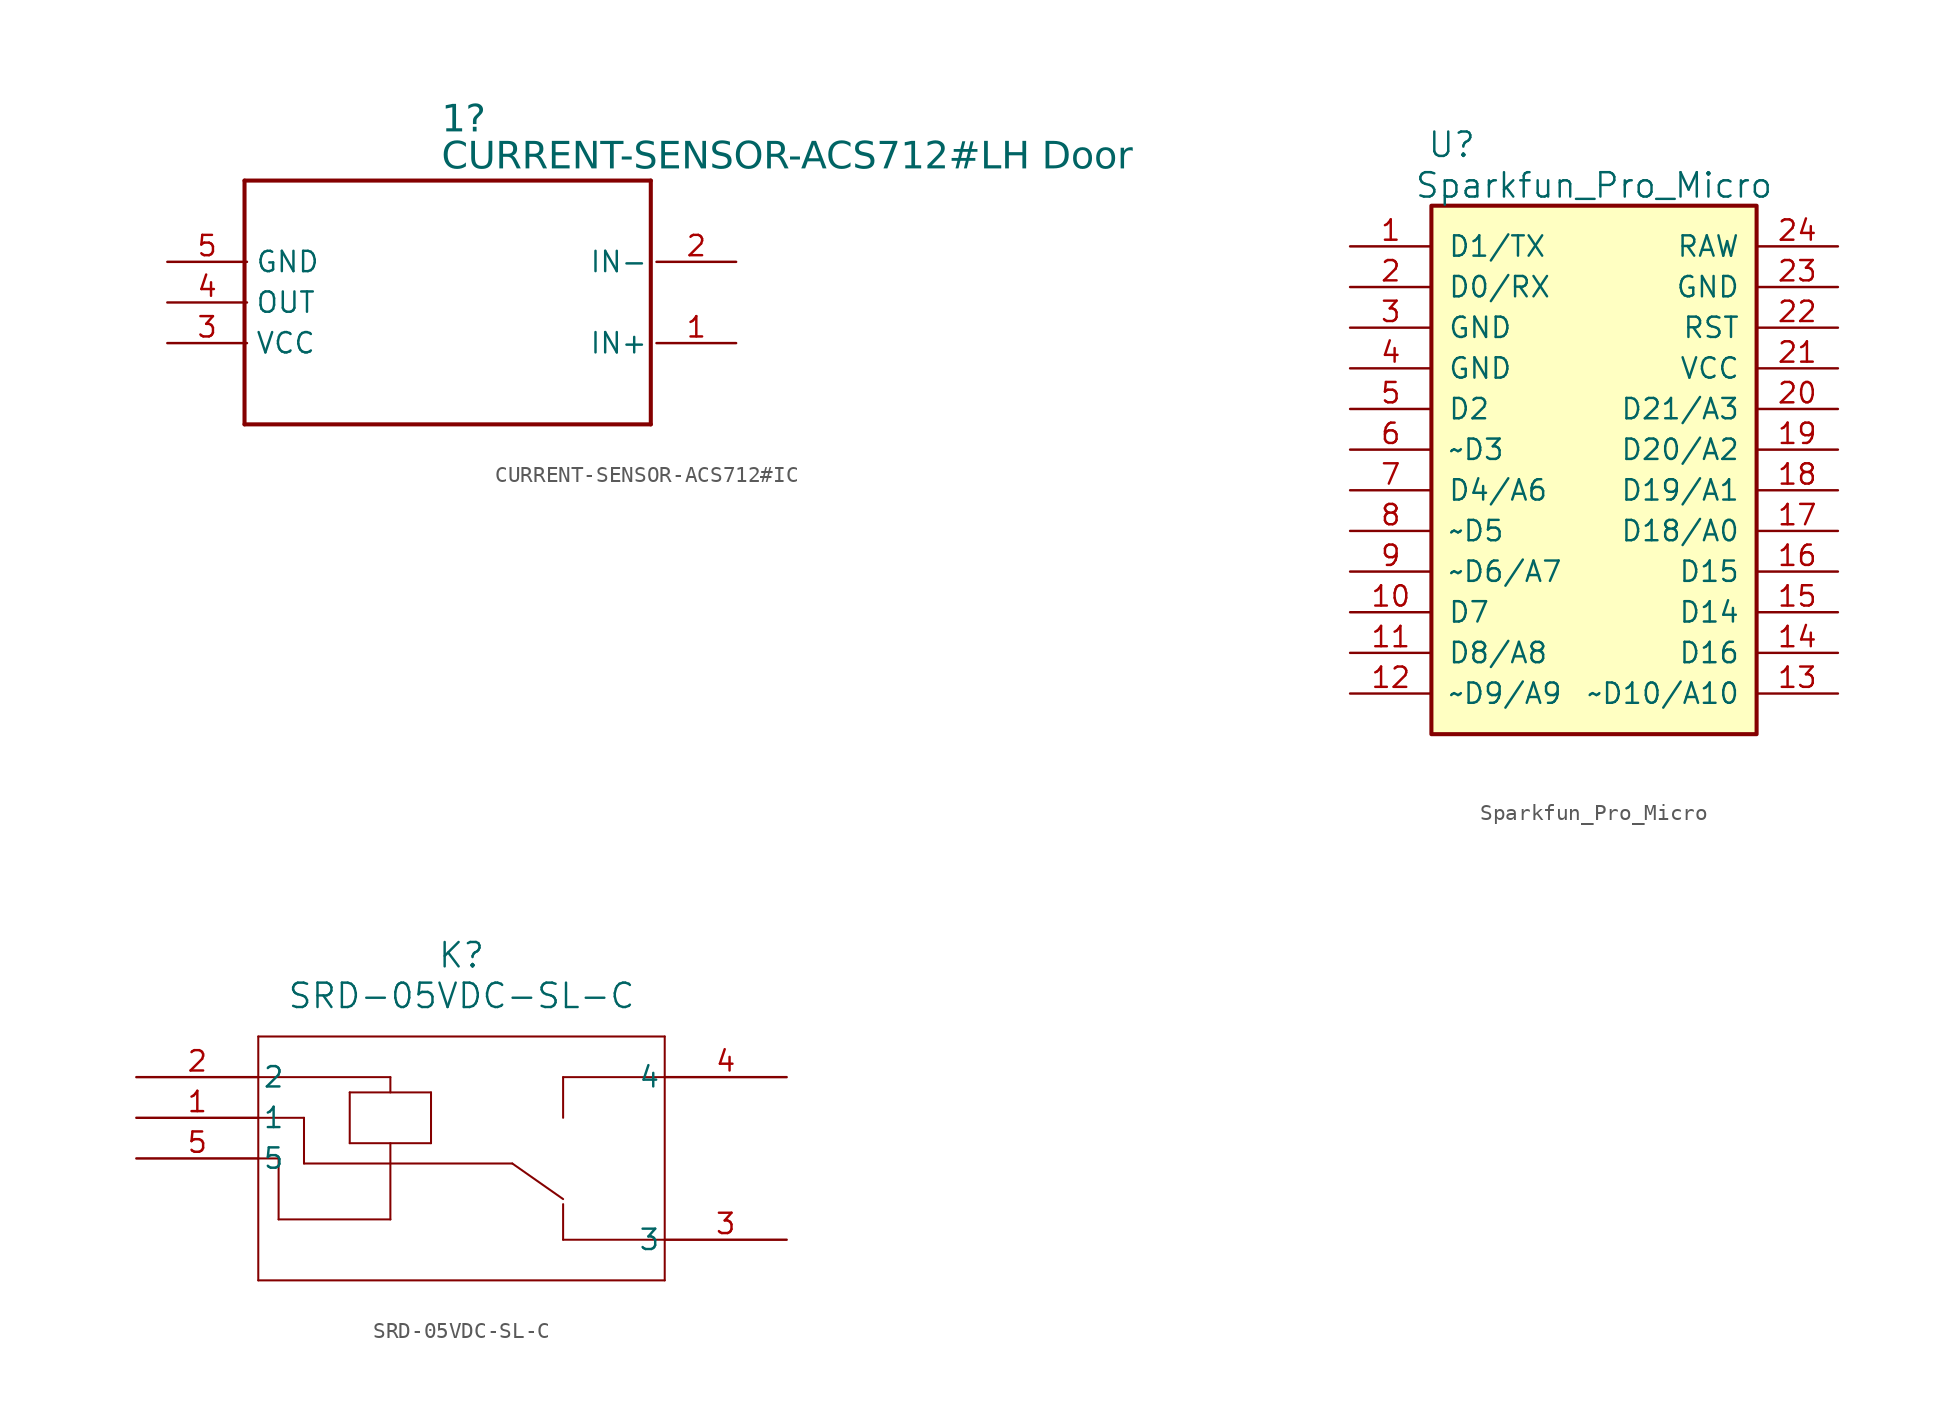
<source format=kicad_sym>
(kicad_symbol_lib
  (version 20231120)
  (generator "kicad_symbol_editor")
  (generator_version "8.0")
  (symbol "CURRENT-SENSOR-ACS712#IC"
    (property "Reference" "1"
      (at -0.635 12.383 0)
      (effects (font (face "Arial") (size 1.689 1.689)) (justify left top)))
    (property "Value" "CURRENT-SENSOR-ACS712#LH Door"
      (at -0.635 10.071 0)
      (effects (font (face "Arial") (size 1.689 1.689)) (justify left top)))
    (symbol "CURRENT-SENSOR-ACS712#IC_0_0"
      (polyline (pts (xy -12.954 -7.62) (xy -12.954 7.62)) (stroke (width 0.254) (type solid)) (fill (type none)))
      (polyline (pts (xy -12.954 7.62) (xy 12.446 7.62)) (stroke (width 0.254) (type solid)) (fill (type none)))
      (polyline (pts (xy 12.446 -7.62) (xy -12.954 -7.62)) (stroke (width 0.254) (type solid)) (fill (type none)))
      (polyline (pts (xy 12.446 -7.62) (xy 12.446 7.62)) (stroke (width 0.254) (type solid)) (fill (type none)))
      (pin bidirectional line (at 17.78 -2.54 180) (length 4.978) (name "IN+" (effects (font (size 1.27 1.27)))) (number "1" (effects (font (size 1.27 1.27)))))
      (pin bidirectional line (at 17.78 2.54 180) (length 4.978) (name "IN-" (effects (font (size 1.27 1.27)))) (number "2" (effects (font (size 1.27 1.27)))))
      (pin bidirectional line (at -17.78 -2.54 0) (length 4.978) (name "VCC" (effects (font (size 1.27 1.27)))) (number "3" (effects (font (size 1.27 1.27)))))
      (pin bidirectional line (at -17.78 0 0) (length 4.978) (name "OUT" (effects (font (size 1.27 1.27)))) (number "4" (effects (font (size 1.27 1.27)))))
      (pin bidirectional line (at -17.78 2.54 0) (length 4.978) (name "GND" (effects (font (size 1.27 1.27)))) (number "5" (effects (font (size 1.27 1.27)))))))
  (symbol "Sparkfun_Pro_Micro"
    (pin_names
      (offset 1.016))
    (property "Reference" "U"
      (at -8.89 21.59 0)
      (effects (font (size 1.524 1.524))))
    (property "Value" "Sparkfun_Pro_Micro"
      (at 0 19.05 0)
      (effects (font (size 1.524 1.524))))
    (symbol "Sparkfun_Pro_Micro_0_1"
      (rectangle (start -10.16 17.78) (end 10.16 -15.24) (stroke (width 0.254) (type solid)) (fill (type background))))
    (symbol "Sparkfun_Pro_Micro_1_1"
      (pin bidirectional line (at -15.24 15.24 0) (length 5.08) (name "D1/TX" (effects (font (size 1.27 1.27)))) (number "1" (effects (font (size 1.27 1.27)))))
      (pin bidirectional line (at -15.24 -7.62 0) (length 5.08) (name "D7" (effects (font (size 1.27 1.27)))) (number "10" (effects (font (size 1.27 1.27)))))
      (pin bidirectional line (at -15.24 -10.16 0) (length 5.08) (name "D8/A8" (effects (font (size 1.27 1.27)))) (number "11" (effects (font (size 1.27 1.27)))))
      (pin bidirectional line (at -15.24 -12.7 0) (length 5.08) (name "~D9/A9" (effects (font (size 1.27 1.27)))) (number "12" (effects (font (size 1.27 1.27)))))
      (pin bidirectional line (at 15.24 -12.7 180) (length 5.08) (name "~D10/A10" (effects (font (size 1.27 1.27)))) (number "13" (effects (font (size 1.27 1.27)))))
      (pin bidirectional line (at 15.24 -10.16 180) (length 5.08) (name "D16" (effects (font (size 1.27 1.27)))) (number "14" (effects (font (size 1.27 1.27)))))
      (pin bidirectional line (at 15.24 -7.62 180) (length 5.08) (name "D14" (effects (font (size 1.27 1.27)))) (number "15" (effects (font (size 1.27 1.27)))))
      (pin bidirectional line (at 15.24 -5.08 180) (length 5.08) (name "D15" (effects (font (size 1.27 1.27)))) (number "16" (effects (font (size 1.27 1.27)))))
      (pin bidirectional line (at 15.24 -2.54 180) (length 5.08) (name "D18/A0" (effects (font (size 1.27 1.27)))) (number "17" (effects (font (size 1.27 1.27)))))
      (pin bidirectional line (at 15.24 0 180) (length 5.08) (name "D19/A1" (effects (font (size 1.27 1.27)))) (number "18" (effects (font (size 1.27 1.27)))))
      (pin bidirectional line (at 15.24 2.54 180) (length 5.08) (name "D20/A2" (effects (font (size 1.27 1.27)))) (number "19" (effects (font (size 1.27 1.27)))))
      (pin bidirectional line (at -15.24 12.7 0) (length 5.08) (name "D0/RX" (effects (font (size 1.27 1.27)))) (number "2" (effects (font (size 1.27 1.27)))))
      (pin bidirectional line (at 15.24 5.08 180) (length 5.08) (name "D21/A3" (effects (font (size 1.27 1.27)))) (number "20" (effects (font (size 1.27 1.27)))))
      (pin power_in line (at 15.24 7.62 180) (length 5.08) (name "VCC" (effects (font (size 1.27 1.27)))) (number "21" (effects (font (size 1.27 1.27)))))
      (pin input line (at 15.24 10.16 180) (length 5.08) (name "RST" (effects (font (size 1.27 1.27)))) (number "22" (effects (font (size 1.27 1.27)))))
      (pin power_in line (at 15.24 12.7 180) (length 5.08) (name "GND" (effects (font (size 1.27 1.27)))) (number "23" (effects (font (size 1.27 1.27)))))
      (pin power_in line (at 15.24 15.24 180) (length 5.08) (name "RAW" (effects (font (size 1.27 1.27)))) (number "24" (effects (font (size 1.27 1.27)))))
      (pin power_in line (at -15.24 10.16 0) (length 5.08) (name "GND" (effects (font (size 1.27 1.27)))) (number "3" (effects (font (size 1.27 1.27)))))
      (pin power_in line (at -15.24 7.62 0) (length 5.08) (name "GND" (effects (font (size 1.27 1.27)))) (number "4" (effects (font (size 1.27 1.27)))))
      (pin bidirectional line (at -15.24 5.08 0) (length 5.08) (name "D2" (effects (font (size 1.27 1.27)))) (number "5" (effects (font (size 1.27 1.27)))))
      (pin bidirectional line (at -15.24 2.54 0) (length 5.08) (name "~D3" (effects (font (size 1.27 1.27)))) (number "6" (effects (font (size 1.27 1.27)))))
      (pin bidirectional line (at -15.24 0 0) (length 5.08) (name "D4/A6" (effects (font (size 1.27 1.27)))) (number "7" (effects (font (size 1.27 1.27)))))
      (pin bidirectional line (at -15.24 -2.54 0) (length 5.08) (name "~D5" (effects (font (size 1.27 1.27)))) (number "8" (effects (font (size 1.27 1.27)))))
      (pin bidirectional line (at -15.24 -5.08 0) (length 5.08) (name "~D6/A7" (effects (font (size 1.27 1.27)))) (number "9" (effects (font (size 1.27 1.27)))))))
  (symbol "SRD-05VDC-SL-C"
    (pin_names
      (offset 0.254))
    (property "Reference" "K"
      (at 20.32 10.16 0)
      (effects (font (size 1.524 1.524))))
    (property "Value" "SRD-05VDC-SL-C"
      (at 20.32 7.62 0)
      (effects (font (size 1.524 1.524))))
    (property "ki_locked" ""
      (at 0 0 0)
      (effects (font (size 1.27 1.27))))
    (symbol "SRD-05VDC-SL-C_0_1"
      (polyline (pts (xy 7.62 -10.16) (xy 33.02 -10.16)) (stroke (width 0.127) (type default)) (fill (type none)))
      (polyline (pts (xy 7.62 -2.54) (xy 8.89 -2.54)) (stroke (width 0.127) (type default)) (fill (type none)))
      (polyline (pts (xy 7.62 0) (xy 10.477 0)) (stroke (width 0.127) (type default)) (fill (type none)))
      (polyline (pts (xy 7.62 2.54) (xy 15.875 2.54)) (stroke (width 0.127) (type default)) (fill (type none)))
      (polyline (pts (xy 7.62 5.08) (xy 7.62 -10.16)) (stroke (width 0.127) (type default)) (fill (type none)))
      (polyline (pts (xy 8.89 -6.35) (xy 15.875 -6.35)) (stroke (width 0.127) (type default)) (fill (type none)))
      (polyline (pts (xy 8.89 -2.54) (xy 8.89 -6.35)) (stroke (width 0.127) (type default)) (fill (type none)))
      (polyline (pts (xy 10.477 -2.857) (xy 23.495 -2.857)) (stroke (width 0.127) (type default)) (fill (type none)))
      (polyline (pts (xy 10.477 0) (xy 10.477 -2.857)) (stroke (width 0.127) (type default)) (fill (type none)))
      (polyline (pts (xy 13.335 -1.587) (xy 13.335 1.587)) (stroke (width 0.127) (type default)) (fill (type none)))
      (polyline (pts (xy 13.335 1.587) (xy 18.415 1.587)) (stroke (width 0.127) (type default)) (fill (type none)))
      (polyline (pts (xy 15.875 -6.35) (xy 15.875 -1.587)) (stroke (width 0.127) (type default)) (fill (type none)))
      (polyline (pts (xy 15.875 2.54) (xy 15.875 1.587)) (stroke (width 0.127) (type default)) (fill (type none)))
      (polyline (pts (xy 18.415 -1.587) (xy 13.335 -1.587)) (stroke (width 0.127) (type default)) (fill (type none)))
      (polyline (pts (xy 18.415 1.587) (xy 18.415 -1.587)) (stroke (width 0.127) (type default)) (fill (type none)))
      (polyline (pts (xy 23.495 -2.857) (xy 26.67 -5.08)) (stroke (width 0.127) (type default)) (fill (type none)))
      (polyline (pts (xy 26.67 -7.62) (xy 33.02 -7.62)) (stroke (width 0.127) (type default)) (fill (type none)))
      (polyline (pts (xy 26.67 -5.397) (xy 26.67 -7.62)) (stroke (width 0.127) (type default)) (fill (type none)))
      (polyline (pts (xy 26.67 2.54) (xy 26.67 0)) (stroke (width 0.127) (type default)) (fill (type none)))
      (polyline (pts (xy 33.02 -10.16) (xy 33.02 5.08)) (stroke (width 0.127) (type default)) (fill (type none)))
      (polyline (pts (xy 33.02 2.54) (xy 26.67 2.54)) (stroke (width 0.127) (type default)) (fill (type none)))
      (polyline (pts (xy 33.02 5.08) (xy 7.62 5.08)) (stroke (width 0.127) (type default)) (fill (type none)))
      (pin unspecified line (at 0 0 0) (length 7.62) (name "1" (effects (font (size 1.27 1.27)))) (number "1" (effects (font (size 1.27 1.27)))))
      (pin unspecified line (at 0 2.54 0) (length 7.62) (name "2" (effects (font (size 1.27 1.27)))) (number "2" (effects (font (size 1.27 1.27)))))
      (pin unspecified line (at 40.64 -7.62 180) (length 7.62) (name "3" (effects (font (size 1.27 1.27)))) (number "3" (effects (font (size 1.27 1.27)))))
      (pin unspecified line (at 40.64 2.54 180) (length 7.62) (name "4" (effects (font (size 1.27 1.27)))) (number "4" (effects (font (size 1.27 1.27)))))
      (pin unspecified line (at 0 -2.54 0) (length 7.62) (name "5" (effects (font (size 1.27 1.27)))) (number "5" (effects (font (size 1.27 1.27))))))))
</source>
